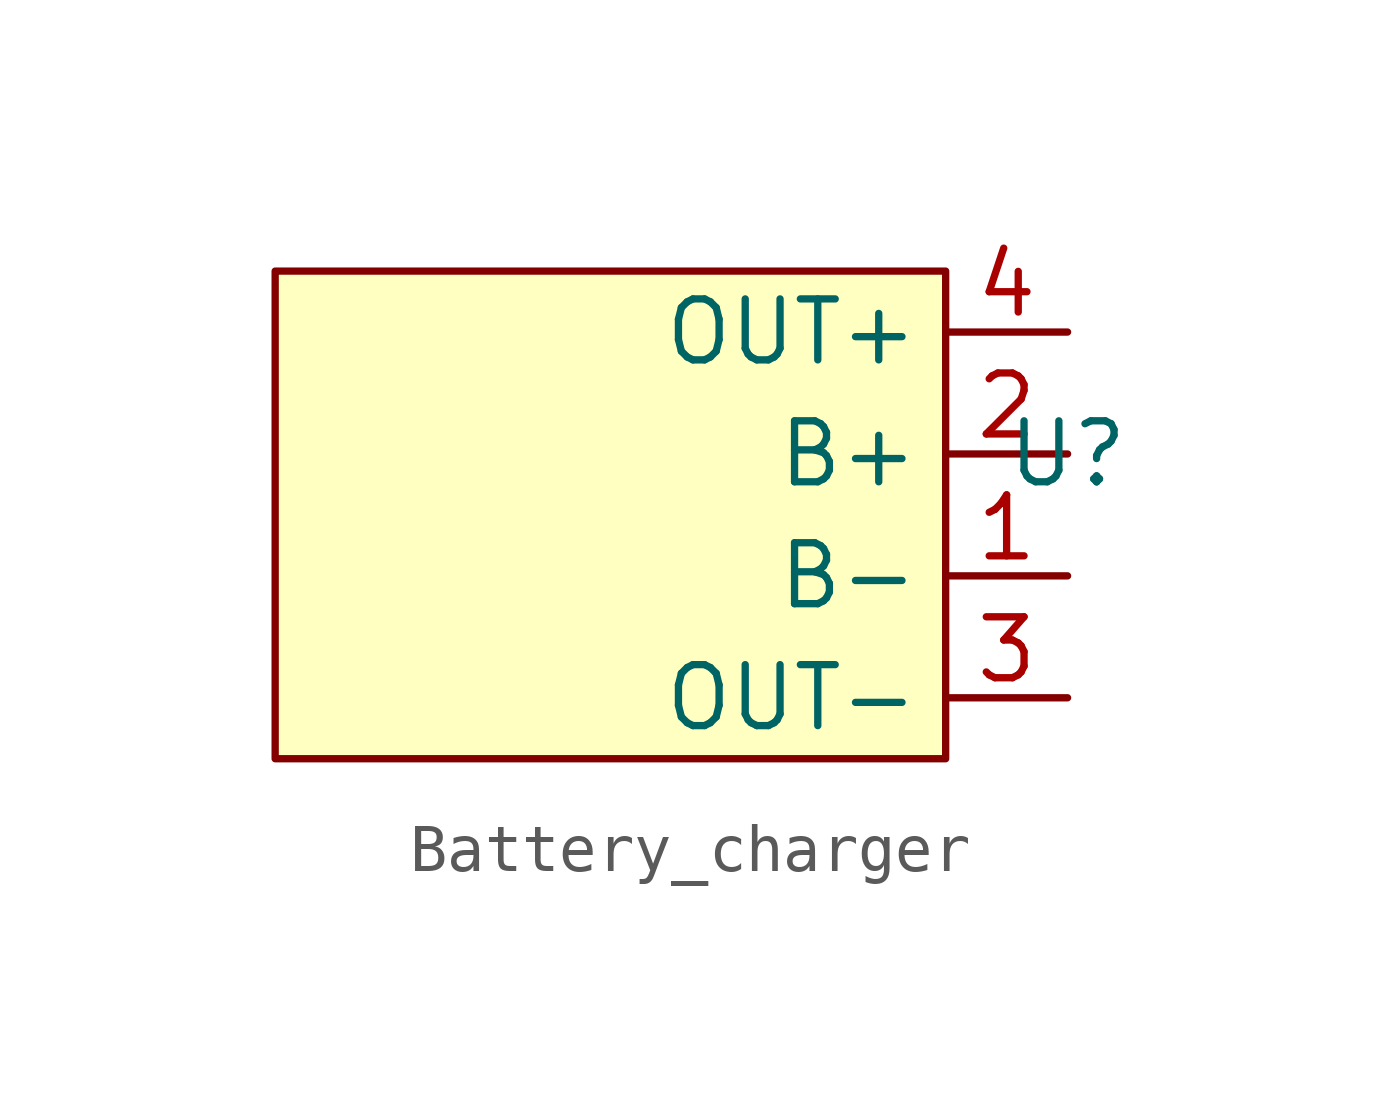
<source format=kicad_sym>
(kicad_symbol_lib
  (version 20231120)
  (generator "kicad_symbol_editor")
  (generator_version "8.0")
  (symbol "Battery_charger"
    (property "Reference" "U"
      (at 11.43 -2.54 0)
      (effects (font (size 1.27 1.27))))
    (property "Value" ""
      (at 11.43 -2.54 0)
      (effects (font (size 1.27 1.27))))
    (symbol "Battery_charger_0_0"
      (pin power_in line (at 11.43 -5.08 180) (length 2.54) (name "B-" (effects (font (size 1.27 1.27)))) (number "1" (effects (font (size 1.27 1.27)))))
      (pin power_in line (at 11.43 -2.54 180) (length 2.54) (name "B+" (effects (font (size 1.27 1.27)))) (number "2" (effects (font (size 1.27 1.27)))))
      (pin power_out line (at 11.43 -7.62 180) (length 2.54) (name "OUT-" (effects (font (size 1.27 1.27)))) (number "3" (effects (font (size 1.27 1.27)))))
      (pin power_out line (at 11.43 0 180) (length 2.54) (name "OUT+" (effects (font (size 1.27 1.27)))) (number "4" (effects (font (size 1.27 1.27))))))
    (symbol "Battery_charger_1_1"
      (rectangle (start -5.08 1.27) (end 8.89 -8.89) (stroke (width 0) (type default)) (fill (type background))))))
</source>
